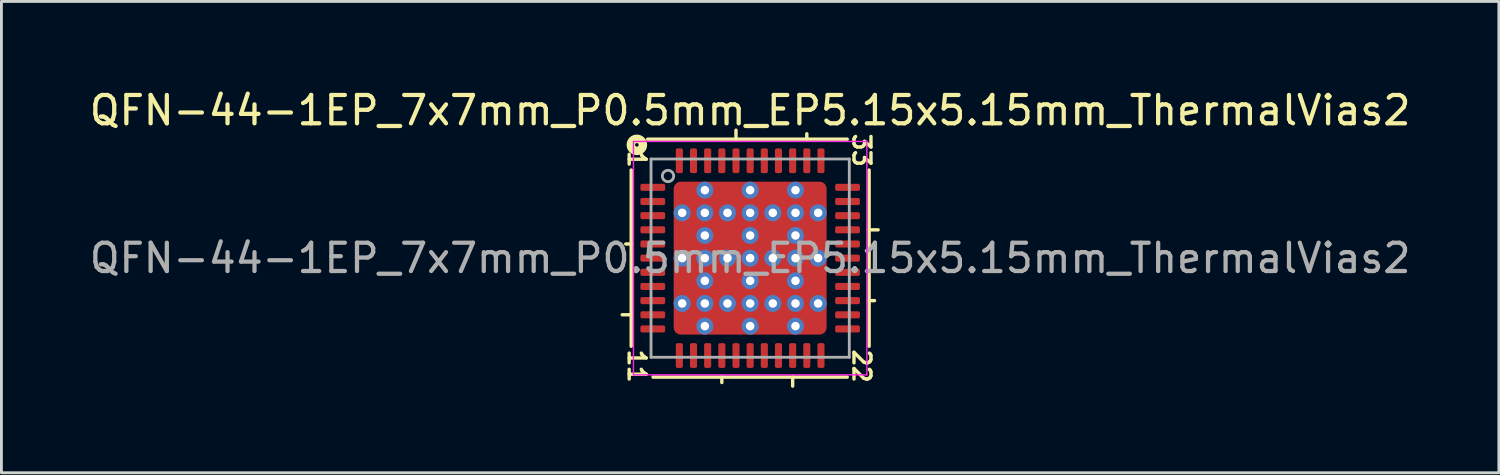
<source format=kicad_pcb>
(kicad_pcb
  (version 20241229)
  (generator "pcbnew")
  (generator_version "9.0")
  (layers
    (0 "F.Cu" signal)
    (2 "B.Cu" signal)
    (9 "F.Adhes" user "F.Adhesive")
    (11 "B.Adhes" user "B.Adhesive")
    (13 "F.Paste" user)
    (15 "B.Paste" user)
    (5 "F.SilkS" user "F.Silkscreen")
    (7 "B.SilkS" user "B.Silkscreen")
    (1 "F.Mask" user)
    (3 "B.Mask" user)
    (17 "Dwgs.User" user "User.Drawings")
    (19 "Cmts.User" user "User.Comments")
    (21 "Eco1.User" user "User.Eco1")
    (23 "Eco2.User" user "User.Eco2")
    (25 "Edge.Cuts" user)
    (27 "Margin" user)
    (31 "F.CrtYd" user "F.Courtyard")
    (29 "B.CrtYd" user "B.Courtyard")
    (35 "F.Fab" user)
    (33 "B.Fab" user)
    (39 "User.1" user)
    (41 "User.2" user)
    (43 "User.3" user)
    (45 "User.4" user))
  (footprint "QFN-44-1EP_7x7mm_P0.5mm_EP5.15x5.15mm_ThermalVias2"
    (layer "F.Cu")
    (at 23.435 6.064)
    (property "Reference" "QFN-44-1EP_7x7mm_P0.5mm_EP5.15x5.15mm_ThermalVias2" (at 0 -5.216 0) (layer "F.SilkS") (effects (font (size 1 1) (thickness 0.15))))
    (attr smd)
    (fp_line (start -4.2 -3.111) (end -4.2 3.111) (stroke (width 0.12) (type solid)) (layer "F.SilkS"))
    (fp_line (start -4.2 -0.5) (end -4.391 -0.5) (stroke (width 0.12) (type solid)) (layer "F.SilkS"))
    (fp_line (start -4.2 2) (end -4.518 2) (stroke (width 0.12) (type solid)) (layer "F.SilkS"))
    (fp_line (start -3.429 4.2) (end 3.429 4.2) (stroke (width 0.12) (type solid)) (layer "F.SilkS"))
    (fp_line (start -1 4.2) (end -1 4.391) (stroke (width 0.12) (type solid)) (layer "F.SilkS"))
    (fp_line (start -0.5 -4.2) (end -0.5 -4.518) (stroke (width 0.12) (type solid)) (layer "F.SilkS"))
    (fp_line (start 1.5 4.2) (end 1.5 4.518) (stroke (width 0.12) (type solid)) (layer "F.SilkS"))
    (fp_line (start 2 -4.2) (end 2 -4.391) (stroke (width 0.12) (type solid)) (layer "F.SilkS"))
    (fp_line (start 3.429 -4.2) (end -3.619 -4.2) (stroke (width 0.12) (type solid)) (layer "F.SilkS"))
    (fp_line (start 4.2 -1) (end 4.518 -1) (stroke (width 0.12) (type solid)) (layer "F.SilkS"))
    (fp_line (start 4.2 1.5) (end 4.391 1.5) (stroke (width 0.12) (type solid)) (layer "F.SilkS"))
    (fp_line (start 4.2 3.111) (end 4.2 -3.111) (stroke (width 0.12) (type solid)) (layer "F.SilkS"))
    (fp_circle (center -4 -4) (end -3.937 -4) (stroke (width 0.3) (type solid)) (fill no) (layer "F.SilkS"))
    (fp_line (start -4.12 -4.12) (end -4.12 4.12) (stroke (width 0.05) (type solid)) (layer "F.CrtYd"))
    (fp_line (start -4.12 4.12) (end 4.12 4.12) (stroke (width 0.05) (type solid)) (layer "F.CrtYd"))
    (fp_line (start 4.12 -4.12) (end -4.12 -4.12) (stroke (width 0.05) (type solid)) (layer "F.CrtYd"))
    (fp_line (start 4.12 4.12) (end 4.12 -4.12) (stroke (width 0.05) (type solid)) (layer "F.CrtYd"))
    (fp_line (start -3.5 -3.5) (end 3.5 -3.5) (stroke (width 0.1) (type solid)) (layer "F.Fab"))
    (fp_line (start -3.5 3.5) (end -3.5 -3.5) (stroke (width 0.1) (type solid)) (layer "F.Fab"))
    (fp_line (start 3.5 -3.5) (end 3.5 3.5) (stroke (width 0.1) (type solid)) (layer "F.Fab"))
    (fp_line (start 3.5 3.5) (end -3.5 3.5) (stroke (width 0.1) (type solid)) (layer "F.Fab"))
    (fp_circle (center -2.9 -2.9) (end -2.7 -2.9) (stroke (width 0.1) (type solid)) (fill no) (layer "F.Fab"))
    (fp_text user "33" (at 3.937 -3.81 270) (unlocked yes) (layer "F.SilkS") (effects (font (size 0.6 0.6) (thickness 0.12))))
    (fp_text user "22" (at 3.937 3.81 270) (unlocked yes) (layer "F.SilkS") (effects (font (size 0.6 0.6) (thickness 0.12))))
    (fp_text user "1" (at -4 -3.493 270) (unlocked yes) (layer "F.SilkS") (effects (font (size 0.6 0.6) (thickness 0.12))))
    (fp_text user "11" (at -4 3.81 270) (unlocked yes) (layer "F.SilkS") (effects (font (size 0.6 0.6) (thickness 0.12))))
    (fp_text user "${REFERENCE}" (at 0 0 0) (layer "F.Fab") (effects (font (size 1 1) (thickness 0.15))))
    (pad "" smd roundrect (at -2.225 -2.225) (size 0.45 0.45) (layers "F.Paste") (roundrect_rratio 0.25))
    (pad "" smd roundrect (at -2.225 -2.225 180) (size 0.65 0.65) (layers "F.Mask") (roundrect_rratio 0.25))
    (pad "" smd roundrect (at -2.225 -0.8) (size 0.45 0.7) (layers "F.Paste") (roundrect_rratio 0.25))
    (pad "" smd roundrect (at -2.225 -0.8 90) (size 1 0.65) (layers "F.Mask") (roundrect_rratio 0.25))
    (pad "" smd roundrect (at -2.225 0.8) (size 0.45 0.7) (layers "F.Paste") (roundrect_rratio 0.25))
    (pad "" smd roundrect (at -2.225 0.8 180) (size 0.65 1) (layers "F.Mask") (roundrect_rratio 0.25))
    (pad "" smd roundrect (at -2.225 2.225) (size 0.45 0.45) (layers "F.Paste") (roundrect_rratio 0.25))
    (pad "" smd roundrect (at -2.225 2.225 180) (size 0.65 0.65) (layers "F.Mask") (roundrect_rratio 0.25))
    (pad "" smd roundrect (at -0.8 -2.225 90) (size 0.45 0.7) (layers "F.Paste") (roundrect_rratio 0.25))
    (pad "" smd roundrect (at -0.8 -2.225 180) (size 1 0.65) (layers "F.Mask") (roundrect_rratio 0.25))
    (pad "" smd roundrect (at -0.8 -0.8) (size 0.7 0.7) (layers "F.Paste") (roundrect_rratio 0.25))
    (pad "" smd roundrect (at -0.8 -0.8 90) (size 1 1) (layers "F.Mask") (roundrect_rratio 0.25))
    (pad "" smd roundrect (at -0.8 0.8) (size 0.7 0.7) (layers "F.Paste") (roundrect_rratio 0.25))
    (pad "" smd roundrect (at -0.8 0.8 90) (size 1 1) (layers "F.Mask") (roundrect_rratio 0.25))
    (pad "" smd roundrect (at -0.8 2.225 90) (size 0.45 0.7) (layers "F.Paste") (roundrect_rratio 0.25))
    (pad "" smd roundrect (at -0.8 2.225 180) (size 1 0.65) (layers "F.Mask") (roundrect_rratio 0.25))
    (pad "" smd roundrect (at 0.8 -2.225 90) (size 0.45 0.7) (layers "F.Paste") (roundrect_rratio 0.25))
    (pad "" smd roundrect (at 0.8 -2.225 180) (size 1 0.65) (layers "F.Mask") (roundrect_rratio 0.25))
    (pad "" smd roundrect (at 0.8 -0.8) (size 0.7 0.7) (layers "F.Paste") (roundrect_rratio 0.25))
    (pad "" smd roundrect (at 0.8 -0.8 90) (size 1 1) (layers "F.Mask") (roundrect_rratio 0.25))
    (pad "" smd roundrect (at 0.8 0.8) (size 0.7 0.7) (layers "F.Paste") (roundrect_rratio 0.25))
    (pad "" smd roundrect (at 0.8 0.8 90) (size 1 1) (layers "F.Mask") (roundrect_rratio 0.25))
    (pad "" smd roundrect (at 0.8 2.225 90) (size 0.45 0.7) (layers "F.Paste") (roundrect_rratio 0.25))
    (pad "" smd roundrect (at 0.8 2.225 180) (size 1 0.65) (layers "F.Mask") (roundrect_rratio 0.25))
    (pad "" smd roundrect (at 2.225 -2.225) (size 0.45 0.45) (layers "F.Paste") (roundrect_rratio 0.25))
    (pad "" smd roundrect (at 2.225 -2.225 180) (size 0.65 0.65) (layers "F.Mask") (roundrect_rratio 0.25))
    (pad "" smd roundrect (at 2.225 -0.8) (size 0.45 0.7) (layers "F.Paste") (roundrect_rratio 0.25))
    (pad "" smd roundrect (at 2.225 -0.8 90) (size 1 0.65) (layers "F.Mask") (roundrect_rratio 0.25))
    (pad "" smd roundrect (at 2.225 0.8) (size 0.45 0.7) (layers "F.Paste") (roundrect_rratio 0.25))
    (pad "" smd roundrect (at 2.225 0.8 90) (size 1 0.65) (layers "F.Mask") (roundrect_rratio 0.25))
    (pad "" smd roundrect (at 2.225 2.225) (size 0.45 0.45) (layers "F.Paste") (roundrect_rratio 0.25))
    (pad "" smd roundrect (at 2.225 2.225 180) (size 0.65 0.65) (layers "F.Mask") (roundrect_rratio 0.25))
    (pad "1" smd roundrect (at -3.438 -2.5) (size 0.875 0.25) (layers "F.Cu" "F.Mask" "F.Paste") (roundrect_rratio 0.25))
    (pad "2" smd roundrect (at -3.438 -2) (size 0.875 0.25) (layers "F.Cu" "F.Mask" "F.Paste") (roundrect_rratio 0.25))
    (pad "3" smd roundrect (at -3.438 -1.5) (size 0.875 0.25) (layers "F.Cu" "F.Mask" "F.Paste") (roundrect_rratio 0.25))
    (pad "4" smd roundrect (at -3.438 -1) (size 0.875 0.25) (layers "F.Cu" "F.Mask" "F.Paste") (roundrect_rratio 0.25))
    (pad "5" smd roundrect (at -3.438 -0.5) (size 0.875 0.25) (layers "F.Cu" "F.Mask" "F.Paste") (roundrect_rratio 0.25))
    (pad "6" smd roundrect (at -3.438 0) (size 0.875 0.25) (layers "F.Cu" "F.Mask" "F.Paste") (roundrect_rratio 0.25))
    (pad "7" smd roundrect (at -3.438 0.5) (size 0.875 0.25) (layers "F.Cu" "F.Mask" "F.Paste") (roundrect_rratio 0.25))
    (pad "8" smd roundrect (at -3.438 1) (size 0.875 0.25) (layers "F.Cu" "F.Mask" "F.Paste") (roundrect_rratio 0.25))
    (pad "9" smd roundrect (at -3.438 1.5) (size 0.875 0.25) (layers "F.Cu" "F.Mask" "F.Paste") (roundrect_rratio 0.25))
    (pad "10" smd roundrect (at -3.438 2) (size 0.875 0.25) (layers "F.Cu" "F.Mask" "F.Paste") (roundrect_rratio 0.25))
    (pad "11" smd roundrect (at -3.438 2.5) (size 0.875 0.25) (layers "F.Cu" "F.Mask" "F.Paste") (roundrect_rratio 0.25))
    (pad "12" smd roundrect (at -2.5 3.438) (size 0.25 0.875) (layers "F.Cu" "F.Mask" "F.Paste") (roundrect_rratio 0.25))
    (pad "13" smd roundrect (at -2 3.438) (size 0.25 0.875) (layers "F.Cu" "F.Mask" "F.Paste") (roundrect_rratio 0.25))
    (pad "14" smd roundrect (at -1.5 3.438) (size 0.25 0.875) (layers "F.Cu" "F.Mask" "F.Paste") (roundrect_rratio 0.25))
    (pad "15" smd roundrect (at -1 3.438) (size 0.25 0.875) (layers "F.Cu" "F.Mask" "F.Paste") (roundrect_rratio 0.25))
    (pad "16" smd roundrect (at -0.5 3.438) (size 0.25 0.875) (layers "F.Cu" "F.Mask" "F.Paste") (roundrect_rratio 0.25))
    (pad "17" smd roundrect (at 0 3.438) (size 0.25 0.875) (layers "F.Cu" "F.Mask" "F.Paste") (roundrect_rratio 0.25))
    (pad "18" smd roundrect (at 0.5 3.438) (size 0.25 0.875) (layers "F.Cu" "F.Mask" "F.Paste") (roundrect_rratio 0.25))
    (pad "19" smd roundrect (at 1 3.438) (size 0.25 0.875) (layers "F.Cu" "F.Mask" "F.Paste") (roundrect_rratio 0.25))
    (pad "20" smd roundrect (at 1.5 3.438) (size 0.25 0.875) (layers "F.Cu" "F.Mask" "F.Paste") (roundrect_rratio 0.25))
    (pad "21" smd roundrect (at 2 3.438) (size 0.25 0.875) (layers "F.Cu" "F.Mask" "F.Paste") (roundrect_rratio 0.25))
    (pad "22" smd roundrect (at 2.5 3.438) (size 0.25 0.875) (layers "F.Cu" "F.Mask" "F.Paste") (roundrect_rratio 0.25))
    (pad "23" smd roundrect (at 3.438 2.5) (size 0.875 0.25) (layers "F.Cu" "F.Mask" "F.Paste") (roundrect_rratio 0.25))
    (pad "24" smd roundrect (at 3.438 2) (size 0.875 0.25) (layers "F.Cu" "F.Mask" "F.Paste") (roundrect_rratio 0.25))
    (pad "25" smd roundrect (at 3.438 1.5) (size 0.875 0.25) (layers "F.Cu" "F.Mask" "F.Paste") (roundrect_rratio 0.25))
    (pad "26" smd roundrect (at 3.438 1) (size 0.875 0.25) (layers "F.Cu" "F.Mask" "F.Paste") (roundrect_rratio 0.25))
    (pad "27" smd roundrect (at 3.438 0.5) (size 0.875 0.25) (layers "F.Cu" "F.Mask" "F.Paste") (roundrect_rratio 0.25))
    (pad "28" smd roundrect (at 3.438 0) (size 0.875 0.25) (layers "F.Cu" "F.Mask" "F.Paste") (roundrect_rratio 0.25))
    (pad "29" smd roundrect (at 3.438 -0.5) (size 0.875 0.25) (layers "F.Cu" "F.Mask" "F.Paste") (roundrect_rratio 0.25))
    (pad "30" smd roundrect (at 3.438 -1) (size 0.875 0.25) (layers "F.Cu" "F.Mask" "F.Paste") (roundrect_rratio 0.25))
    (pad "31" smd roundrect (at 3.438 -1.5) (size 0.875 0.25) (layers "F.Cu" "F.Mask" "F.Paste") (roundrect_rratio 0.25))
    (pad "32" smd roundrect (at 3.438 -2) (size 0.875 0.25) (layers "F.Cu" "F.Mask" "F.Paste") (roundrect_rratio 0.25))
    (pad "33" smd roundrect (at 3.438 -2.5) (size 0.875 0.25) (layers "F.Cu" "F.Mask" "F.Paste") (roundrect_rratio 0.25))
    (pad "34" smd roundrect (at 2.5 -3.438) (size 0.25 0.875) (layers "F.Cu" "F.Mask" "F.Paste") (roundrect_rratio 0.25))
    (pad "35" smd roundrect (at 2 -3.438) (size 0.25 0.875) (layers "F.Cu" "F.Mask" "F.Paste") (roundrect_rratio 0.25))
    (pad "36" smd roundrect (at 1.5 -3.438) (size 0.25 0.875) (layers "F.Cu" "F.Mask" "F.Paste") (roundrect_rratio 0.25))
    (pad "37" smd roundrect (at 1 -3.438) (size 0.25 0.875) (layers "F.Cu" "F.Mask" "F.Paste") (roundrect_rratio 0.25))
    (pad "38" smd roundrect (at 0.5 -3.438) (size 0.25 0.875) (layers "F.Cu" "F.Mask" "F.Paste") (roundrect_rratio 0.25))
    (pad "39" smd roundrect (at 0 -3.438) (size 0.25 0.875) (layers "F.Cu" "F.Mask" "F.Paste") (roundrect_rratio 0.25))
    (pad "40" smd roundrect (at -0.5 -3.438) (size 0.25 0.875) (layers "F.Cu" "F.Mask" "F.Paste") (roundrect_rratio 0.25))
    (pad "41" smd roundrect (at -1 -3.438) (size 0.25 0.875) (layers "F.Cu" "F.Mask" "F.Paste") (roundrect_rratio 0.25))
    (pad "42" smd roundrect (at -1.5 -3.438) (size 0.25 0.875) (layers "F.Cu" "F.Mask" "F.Paste") (roundrect_rratio 0.25))
    (pad "43" smd roundrect (at -2 -3.438) (size 0.25 0.875) (layers "F.Cu" "F.Mask" "F.Paste") (roundrect_rratio 0.25))
    (pad "44" smd roundrect (at -2.5 -3.438) (size 0.25 0.875) (layers "F.Cu" "F.Mask" "F.Paste") (roundrect_rratio 0.25))
    (pad "45" thru_hole circle (at -2.4 -1.6) (size 0.6 0.6) (drill 0.3) (property pad_prop_heatsink) (layers "*.Cu" "*.Mask"))
    (pad "45" thru_hole circle (at -2.4 0) (size 0.6 0.6) (drill 0.3) (property pad_prop_heatsink) (layers "*.Cu" "*.Mask"))
    (pad "45" thru_hole circle (at -2.4 1.6) (size 0.6 0.6) (drill 0.3) (property pad_prop_heatsink) (layers "*.Cu" "*.Mask"))
    (pad "45" thru_hole circle (at -1.6 -2.4) (size 0.6 0.6) (drill 0.3) (property pad_prop_heatsink) (layers "*.Cu" "*.Mask"))
    (pad "45" thru_hole circle (at -1.6 -1.6) (size 0.6 0.6) (drill 0.3) (property pad_prop_heatsink) (layers "*.Cu" "*.Mask"))
    (pad "45" thru_hole circle (at -1.6 -0.8) (size 0.6 0.6) (drill 0.3) (property pad_prop_heatsink) (layers "*.Cu" "*.Mask"))
    (pad "45" thru_hole circle (at -1.6 0) (size 0.6 0.6) (drill 0.3) (property pad_prop_heatsink) (layers "*.Cu" "*.Mask"))
    (pad "45" thru_hole circle (at -1.6 0.8 90) (size 0.6 0.6) (drill 0.3) (property pad_prop_heatsink) (layers "*.Cu" "*.Mask"))
    (pad "45" thru_hole circle (at -1.6 1.6) (size 0.6 0.6) (drill 0.3) (property pad_prop_heatsink) (layers "*.Cu" "*.Mask"))
    (pad "45" thru_hole circle (at -1.6 2.4) (size 0.6 0.6) (drill 0.3) (property pad_prop_heatsink) (layers "*.Cu" "*.Mask"))
    (pad "45" thru_hole circle (at -0.8 -1.6) (size 0.6 0.6) (drill 0.3) (property pad_prop_heatsink) (layers "*.Cu" "*.Mask"))
    (pad "45" thru_hole circle (at -0.8 0) (size 0.6 0.6) (drill 0.3) (property pad_prop_heatsink) (layers "*.Cu" "*.Mask"))
    (pad "45" thru_hole circle (at -0.8 1.6) (size 0.6 0.6) (drill 0.3) (property pad_prop_heatsink) (layers "*.Cu" "*.Mask"))
    (pad "45" thru_hole circle (at 0 -2.4) (size 0.6 0.6) (drill 0.3) (property pad_prop_heatsink) (layers "*.Cu" "*.Mask"))
    (pad "45" thru_hole circle (at 0 -1.6) (size 0.6 0.6) (drill 0.3) (property pad_prop_heatsink) (layers "*.Cu" "*.Mask"))
    (pad "45" thru_hole circle (at 0 -0.8) (size 0.6 0.6) (drill 0.3) (property pad_prop_heatsink) (layers "*.Cu" "*.Mask"))
    (pad "45" thru_hole circle (at 0 0) (size 0.6 0.6) (drill 0.3) (property pad_prop_heatsink) (layers "*.Cu" "*.Mask"))
    (pad "45" smd roundrect (at 0 0) (size 5.4 5.4) (layers "F.Cu") (roundrect_rratio 0.046))
    (pad "45" thru_hole circle (at 0 0.8) (size 0.6 0.6) (drill 0.3) (property pad_prop_heatsink) (layers "*.Cu" "*.Mask"))
    (pad "45" thru_hole circle (at 0 1.6) (size 0.6 0.6) (drill 0.3) (property pad_prop_heatsink) (layers "*.Cu" "*.Mask"))
    (pad "45" thru_hole circle (at 0 2.4) (size 0.6 0.6) (drill 0.3) (property pad_prop_heatsink) (layers "*.Cu" "*.Mask"))
    (pad "45" thru_hole circle (at 0.8 -1.6) (size 0.6 0.6) (drill 0.3) (property pad_prop_heatsink) (layers "*.Cu" "*.Mask"))
    (pad "45" thru_hole circle (at 0.8 0) (size 0.6 0.6) (drill 0.3) (property pad_prop_heatsink) (layers "*.Cu" "*.Mask"))
    (pad "45" thru_hole circle (at 0.8 1.6) (size 0.6 0.6) (drill 0.3) (property pad_prop_heatsink) (layers "*.Cu" "*.Mask"))
    (pad "45" thru_hole circle (at 1.6 -2.4) (size 0.6 0.6) (drill 0.3) (property pad_prop_heatsink) (layers "*.Cu" "*.Mask"))
    (pad "45" thru_hole circle (at 1.6 -1.6) (size 0.6 0.6) (drill 0.3) (property pad_prop_heatsink) (layers "*.Cu" "*.Mask"))
    (pad "45" thru_hole circle (at 1.6 -0.8) (size 0.6 0.6) (drill 0.3) (property pad_prop_heatsink) (layers "*.Cu" "*.Mask"))
    (pad "45" thru_hole circle (at 1.6 0) (size 0.6 0.6) (drill 0.3) (property pad_prop_heatsink) (layers "*.Cu" "*.Mask"))
    (pad "45" thru_hole circle (at 1.6 0.8) (size 0.6 0.6) (drill 0.3) (property pad_prop_heatsink) (layers "*.Cu" "*.Mask"))
    (pad "45" thru_hole circle (at 1.6 1.6) (size 0.6 0.6) (drill 0.3) (property pad_prop_heatsink) (layers "*.Cu" "*.Mask"))
    (pad "45" thru_hole circle (at 1.6 2.4) (size 0.6 0.6) (drill 0.3) (property pad_prop_heatsink) (layers "*.Cu" "*.Mask"))
    (pad "45" thru_hole circle (at 2.4 -1.6) (size 0.6 0.6) (drill 0.3) (property pad_prop_heatsink) (layers "*.Cu" "*.Mask"))
    (pad "45" thru_hole circle (at 2.4 0) (size 0.6 0.6) (drill 0.3) (property pad_prop_heatsink) (layers "*.Cu" "*.Mask"))
    (pad "45" thru_hole circle (at 2.4 1.6) (size 0.6 0.6) (drill 0.3) (property pad_prop_heatsink) (layers "*.Cu" "*.Mask")))
  (gr_rect
    (start -3 -3)
    (end 49.869 13.642)
    (stroke (width 0.1) (type default))
    (fill no)
    (layer "Edge.Cuts")))
</source>
